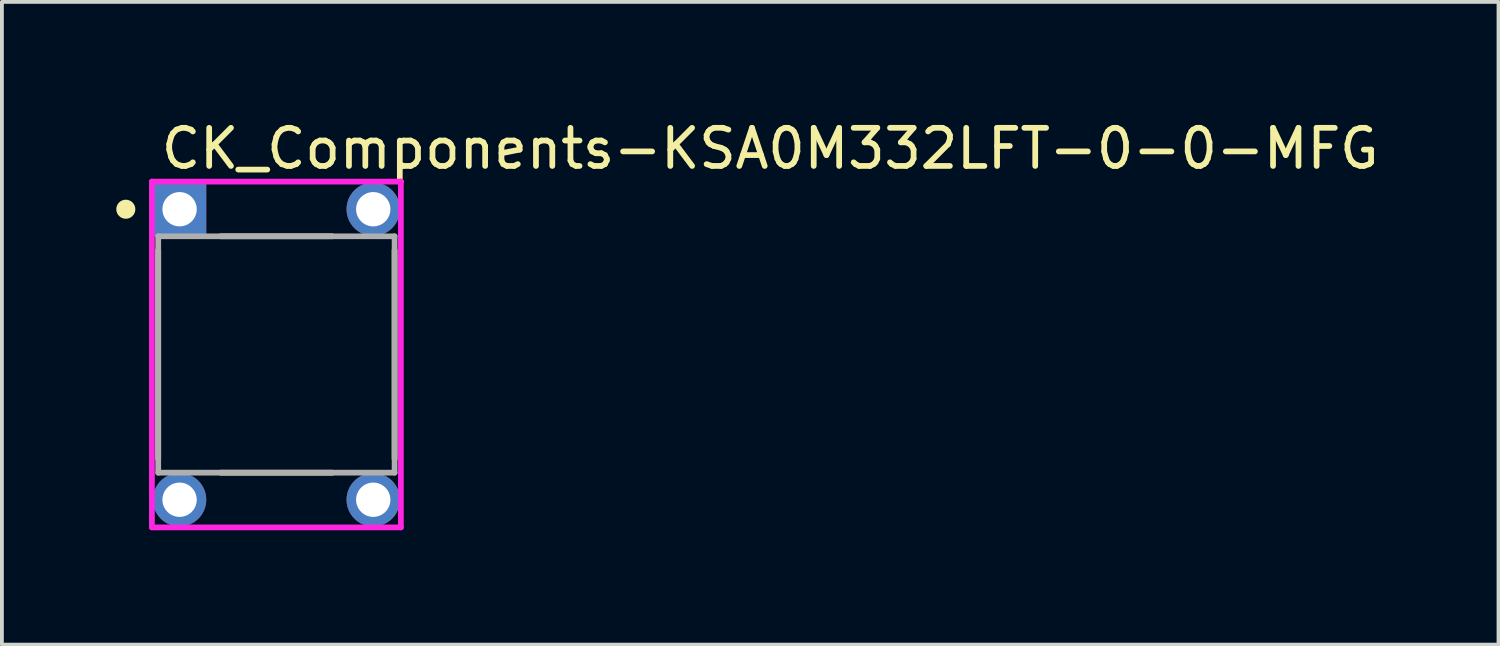
<source format=kicad_pcb>
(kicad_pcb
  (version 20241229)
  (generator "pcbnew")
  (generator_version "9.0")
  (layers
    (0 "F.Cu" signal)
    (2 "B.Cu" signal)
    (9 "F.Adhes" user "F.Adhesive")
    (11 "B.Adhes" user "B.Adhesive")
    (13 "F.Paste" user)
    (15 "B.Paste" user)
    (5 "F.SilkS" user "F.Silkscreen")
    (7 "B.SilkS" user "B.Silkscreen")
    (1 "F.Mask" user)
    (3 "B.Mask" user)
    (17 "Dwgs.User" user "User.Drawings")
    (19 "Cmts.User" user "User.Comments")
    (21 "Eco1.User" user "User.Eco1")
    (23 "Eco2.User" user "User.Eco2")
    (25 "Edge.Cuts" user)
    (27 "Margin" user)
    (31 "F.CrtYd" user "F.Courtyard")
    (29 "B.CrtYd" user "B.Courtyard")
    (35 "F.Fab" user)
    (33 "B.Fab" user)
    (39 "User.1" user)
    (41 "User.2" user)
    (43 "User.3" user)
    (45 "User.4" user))
  (footprint "CK_Components-KSA0M332LFT-0-0-MFG"
    (layer "F.Cu")
    (at 4.2 6.248)
    (property "Reference" "CK_Components-KSA0M332LFT-0-0-MFG" (at -3.1 -5.4 0) (layer "F.SilkS") (effects (font (size 1 1) (thickness 0.15)) (justify left)))
    (attr through_hole)
    (fp_line (start -3.1 2.735) (end -3.1 -2.735) (stroke (width 0.15) (type solid)) (layer "F.SilkS"))
    (fp_line (start -1.465 -3.1) (end 1.465 -3.1) (stroke (width 0.15) (type solid)) (layer "F.SilkS"))
    (fp_line (start -1.465 3.1) (end 1.465 3.1) (stroke (width 0.15) (type solid)) (layer "F.SilkS"))
    (fp_line (start 3.1 2.735) (end 3.1 -2.735) (stroke (width 0.15) (type solid)) (layer "F.SilkS"))
    (fp_circle (center -3.95 -3.81) (end -3.825 -3.81) (stroke (width 0.25) (type solid)) (fill no) (layer "F.SilkS"))
    (fp_line (start -3.265 -4.535) (end -3.265 4.535) (stroke (width 0.15) (type solid)) (layer "F.CrtYd"))
    (fp_line (start -3.265 4.535) (end 3.265 4.535) (stroke (width 0.15) (type solid)) (layer "F.CrtYd"))
    (fp_line (start 3.265 -4.535) (end -3.265 -4.535) (stroke (width 0.15) (type solid)) (layer "F.CrtYd"))
    (fp_line (start 3.265 -4.535) (end 3.265 -4.535) (stroke (width 0.15) (type solid)) (layer "F.CrtYd"))
    (fp_line (start 3.265 4.535) (end 3.265 -4.535) (stroke (width 0.15) (type solid)) (layer "F.CrtYd"))
    (fp_line (start -3.1 -3.1) (end 3.1 -3.1) (stroke (width 0.15) (type solid)) (layer "F.Fab"))
    (fp_line (start -3.1 3.1) (end -3.1 -3.1) (stroke (width 0.15) (type solid)) (layer "F.Fab"))
    (fp_line (start 3.1 -3.1) (end 3.1 3.1) (stroke (width 0.15) (type solid)) (layer "F.Fab"))
    (fp_line (start 3.1 3.1) (end -3.1 3.1) (stroke (width 0.15) (type solid)) (layer "F.Fab"))
    (pad "1" thru_hole rect (at -2.54 -3.81) (size 1.4 1.4) (drill 0.9) (layers "*.Cu"))
    (pad "2" thru_hole circle (at 2.54 -3.81) (size 1.4 1.4) (drill 0.9) (layers "*.Cu"))
    (pad "3" thru_hole circle (at -2.54 3.81) (size 1.4 1.4) (drill 0.9) (layers "*.Cu"))
    (pad "4" thru_hole circle (at 2.54 3.81) (size 1.4 1.4) (drill 0.9) (layers "*.Cu")))
  (gr_rect
    (start -3 -3)
    (end 36.255 13.858)
    (stroke (width 0.1) (type default))
    (fill no)
    (layer "Edge.Cuts")))
</source>
